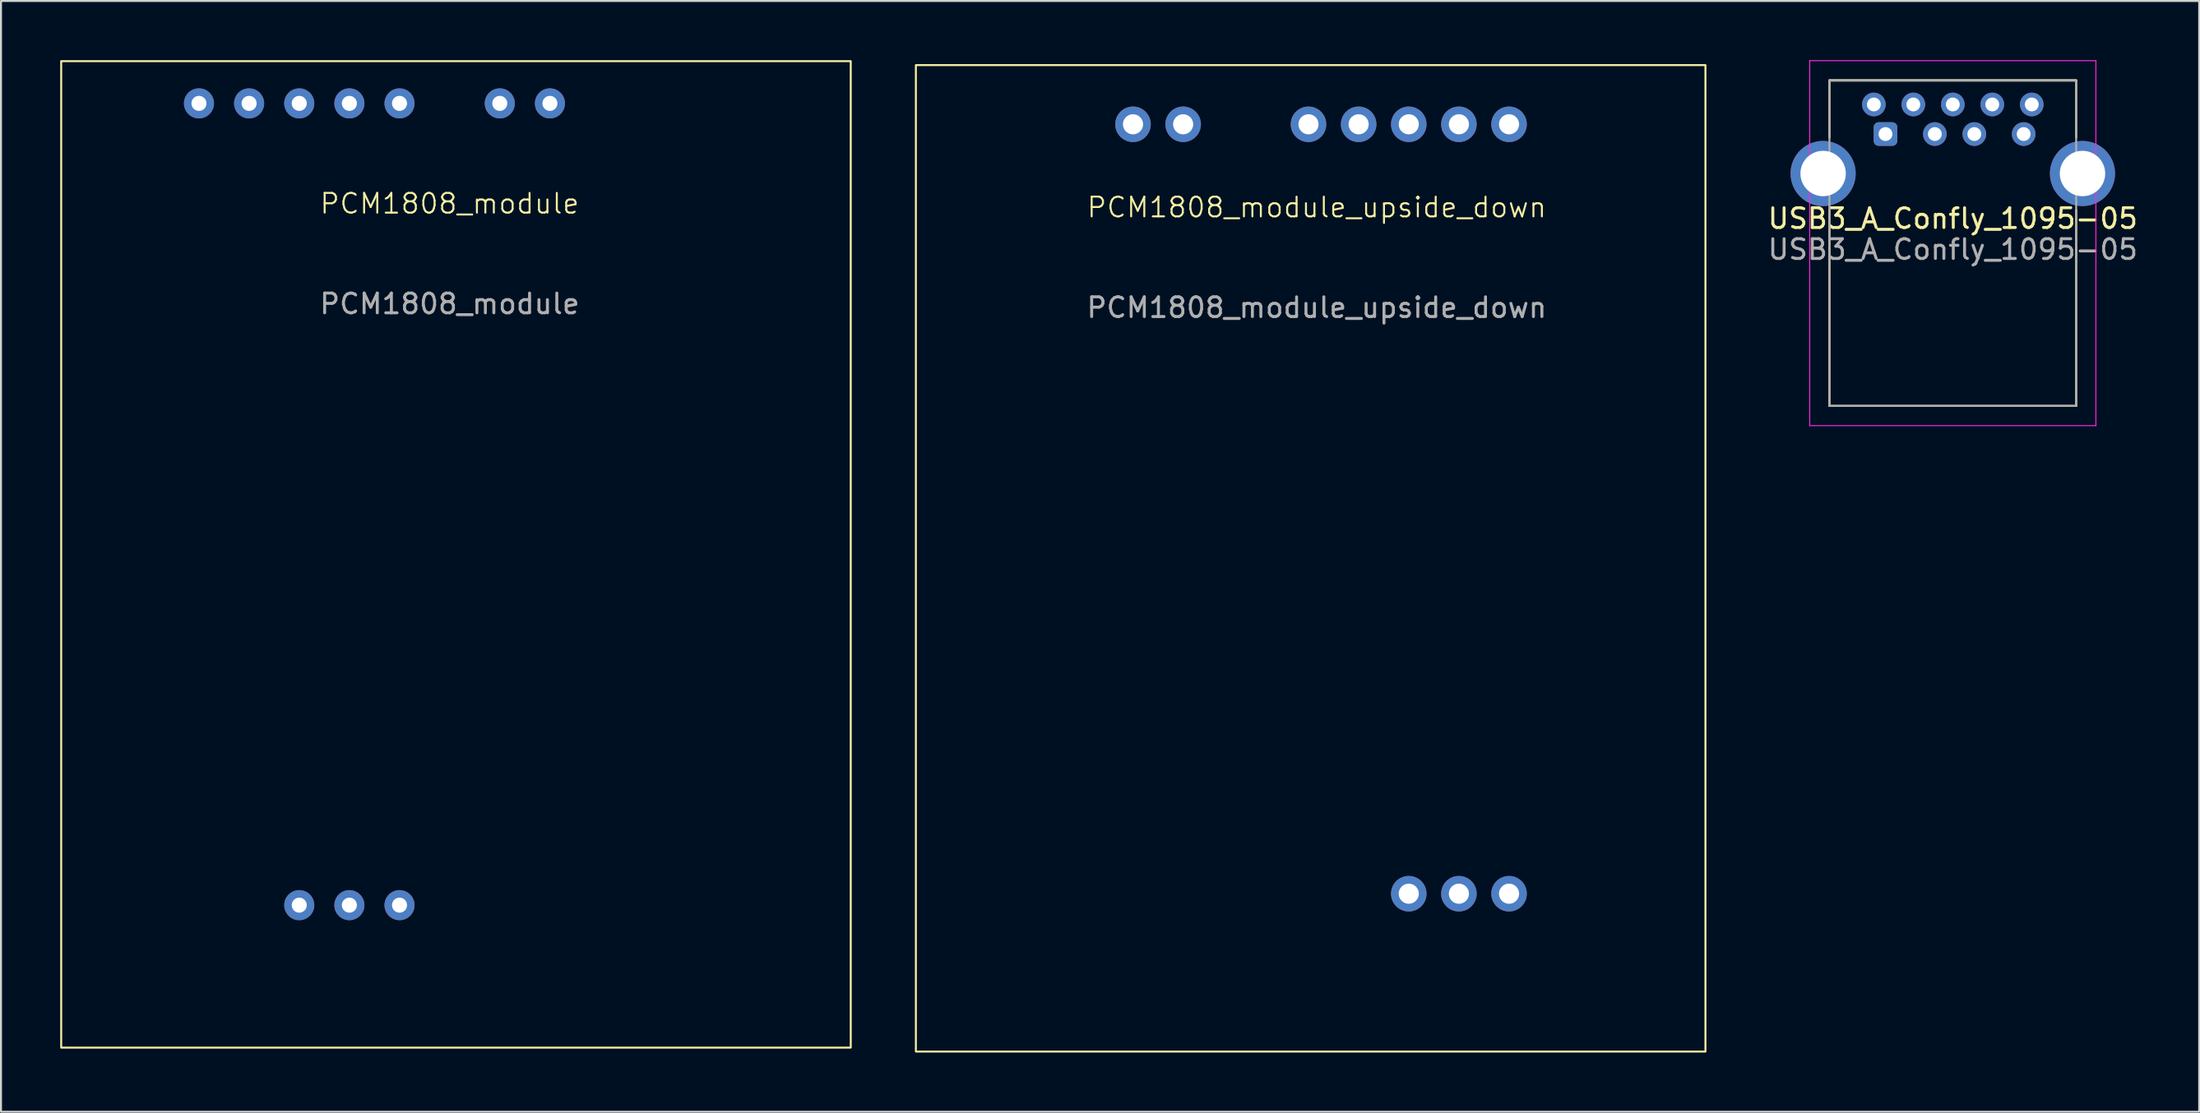
<source format=kicad_pcb>
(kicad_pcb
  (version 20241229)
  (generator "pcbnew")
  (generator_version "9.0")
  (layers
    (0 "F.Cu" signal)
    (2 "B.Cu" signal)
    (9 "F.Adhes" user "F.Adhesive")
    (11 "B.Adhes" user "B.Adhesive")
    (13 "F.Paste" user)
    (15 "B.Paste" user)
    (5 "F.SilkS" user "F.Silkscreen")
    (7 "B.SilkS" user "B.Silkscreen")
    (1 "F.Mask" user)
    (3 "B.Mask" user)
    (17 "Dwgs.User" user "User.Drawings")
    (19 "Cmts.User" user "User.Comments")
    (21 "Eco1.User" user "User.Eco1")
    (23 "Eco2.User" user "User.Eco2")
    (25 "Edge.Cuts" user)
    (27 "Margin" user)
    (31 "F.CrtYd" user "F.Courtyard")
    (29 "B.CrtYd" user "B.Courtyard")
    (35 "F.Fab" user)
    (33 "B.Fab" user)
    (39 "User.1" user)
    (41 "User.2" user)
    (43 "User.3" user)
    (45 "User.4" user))
  (footprint "USB3_A_Confly_1095-05"
    (layer "F.Cu")
    (at 89.312 5.745)
    (property "Reference" "USB3_A_Confly_1095-05" (at 6.57 2.28 0) (layer "F.SilkS") (effects (font (size 1 1) (thickness 0.15))))
    (attr through_hole)
    (fp_line (start 0.32 -4.72) (end 0.32 -1.83) (stroke (width 0.1) (type default)) (layer "F.SilkS"))
    (fp_line (start 0.32 1.85) (end 0.32 11.78) (stroke (width 0.1) (type default)) (layer "F.SilkS"))
    (fp_line (start 0.32 11.78) (end 12.82 11.78) (stroke (width 0.1) (type default)) (layer "F.SilkS"))
    (fp_line (start 0.33 -4.72) (end 12.81 -4.72) (stroke (width 0.12) (type solid)) (layer "F.SilkS"))
    (fp_line (start 12.82 -4.72) (end 12.82 -1.83) (stroke (width 0.1) (type default)) (layer "F.SilkS"))
    (fp_line (start 12.82 1.86) (end 12.82 11.78) (stroke (width 0.1) (type default)) (layer "F.SilkS"))
    (fp_line (start -0.68 -5.72) (end 13.82 -5.72) (stroke (width 0.05) (type solid)) (layer "F.CrtYd"))
    (fp_line (start -0.68 12.78) (end -0.68 -5.72) (stroke (width 0.05) (type solid)) (layer "F.CrtYd"))
    (fp_line (start 13.82 -5.72) (end 13.82 12.78) (stroke (width 0.05) (type solid)) (layer "F.CrtYd"))
    (fp_line (start 13.82 12.78) (end -0.68 12.78) (stroke (width 0.05) (type solid)) (layer "F.CrtYd"))
    (fp_line (start 0.32 -4.72) (end 12.82 -4.72) (stroke (width 0.1) (type solid)) (layer "F.Fab"))
    (fp_line (start 0.32 11.78) (end 0.32 -4.72) (stroke (width 0.1) (type solid)) (layer "F.Fab"))
    (fp_line (start 12.82 -4.72) (end 12.82 11.78) (stroke (width 0.1) (type solid)) (layer "F.Fab"))
    (fp_line (start 12.82 11.78) (end 0.32 11.78) (stroke (width 0.1) (type solid)) (layer "F.Fab"))
    (fp_text user "${REFERENCE}" (at 6.57 3.85 0) (layer "F.Fab") (effects (font (size 1 1) (thickness 0.15))))
    (pad "1" thru_hole roundrect (at 3.16 -2) (size 1.2 1.2) (drill 0.7) (layers "*.Cu" "*.Mask") (roundrect_rratio 0.208))
    (pad "2" thru_hole circle (at 5.66 -2) (size 1.2 1.2) (drill 0.7) (layers "*.Cu" "*.Mask"))
    (pad "3" thru_hole circle (at 7.66 -2) (size 1.2 1.2) (drill 0.7) (layers "*.Cu" "*.Mask"))
    (pad "4" thru_hole circle (at 10.16 -2) (size 1.2 1.2) (drill 0.7) (layers "*.Cu" "*.Mask"))
    (pad "5" thru_hole circle (at 10.57 -3.5) (size 1.2 1.2) (drill 0.7) (layers "*.Cu" "*.Mask"))
    (pad "6" thru_hole circle (at 8.57 -3.5) (size 1.2 1.2) (drill 0.7) (layers "*.Cu" "*.Mask"))
    (pad "7" thru_hole circle (at 6.57 -3.5) (size 1.2 1.2) (drill 0.7) (layers "*.Cu" "*.Mask"))
    (pad "8" thru_hole circle (at 4.57 -3.5) (size 1.2 1.2) (drill 0.7) (layers "*.Cu" "*.Mask"))
    (pad "9" thru_hole circle (at 2.57 -3.5) (size 1.2 1.2) (drill 0.7) (layers "*.Cu" "*.Mask"))
    (pad "10" thru_hole circle (at 0 0) (size 3.3 3.3) (drill 2.3) (layers "*.Cu" "*.Mask"))
    (pad "10" thru_hole circle (at 13.14 0) (size 3.3 3.3) (drill 2.3) (layers "*.Cu" "*.Mask")))
  (footprint "PCM1808_module_upside_down"
    (layer "F.Cu")
    (at 43.35 0.25)
    (property "Reference" "PCM1808_module_upside_down" (at 20.31 7.21 0) (unlocked yes) (layer "F.SilkS") (effects (font (size 1 1) (thickness 0.1))))
    (attr through_hole)
    (fp_rect (start 40 0) (end 0 50) (stroke (width 0.1) (type default)) (fill no) (layer "F.SilkS"))
    (fp_text user "${REFERENCE}" (at 20.31 12.29 0) (unlocked yes) (layer "F.Fab") (effects (font (size 1 1) (thickness 0.15))))
    (pad "1" thru_hole circle (at 30.05 3) (size 1.8 1.8) (drill 1.02) (layers "*.Cu" "*.Mask"))
    (pad "2" thru_hole circle (at 27.51 3) (size 1.8 1.8) (drill 1.02) (layers "*.Cu" "*.Mask"))
    (pad "3" thru_hole circle (at 24.97 3) (size 1.8 1.8) (drill 1.02) (layers "*.Cu" "*.Mask"))
    (pad "4" thru_hole circle (at 22.43 3) (size 1.8 1.8) (drill 1.02) (layers "*.Cu" "*.Mask"))
    (pad "5" thru_hole circle (at 19.89 3) (size 1.8 1.8) (drill 1.02) (layers "*.Cu" "*.Mask"))
    (pad "6" thru_hole circle (at 13.54 3) (size 1.8 1.8) (drill 1.02) (layers "*.Cu" "*.Mask"))
    (pad "7" thru_hole circle (at 11 3) (size 1.8 1.8) (drill 1.02) (layers "*.Cu" "*.Mask"))
    (pad "8" thru_hole circle (at 30.05 42) (size 1.8 1.8) (drill 1.02) (layers "*.Cu" "*.Mask"))
    (pad "9" thru_hole circle (at 27.51 42) (size 1.8 1.8) (drill 1.02) (layers "*.Cu" "*.Mask"))
    (pad "10" thru_hole circle (at 24.97 42) (size 1.8 1.8) (drill 1.02) (layers "*.Cu" "*.Mask")))
  (footprint "PCM1808_module"
    (layer "F.Cu")
    (at 19.73 2.19)
    (property "Reference" "PCM1808_module" (at 0 5.08 0) (unlocked yes) (layer "F.SilkS") (effects (font (size 1 1) (thickness 0.1))))
    (attr through_hole)
    (fp_rect (start -19.68 -2.14) (end 20.32 47.86) (stroke (width 0.1) (type default)) (fill no) (layer "F.SilkS"))
    (fp_text user "${REFERENCE}" (at 0 10.16 0) (unlocked yes) (layer "F.Fab") (effects (font (size 1 1) (thickness 0.15))))
    (pad "1" thru_hole circle (at -12.7 0) (size 1.524 1.524) (drill 0.762) (layers "*.Cu" "*.Mask"))
    (pad "2" thru_hole circle (at -10.16 0) (size 1.524 1.524) (drill 0.762) (layers "*.Cu" "*.Mask"))
    (pad "3" thru_hole circle (at -7.62 0) (size 1.524 1.524) (drill 0.762) (layers "*.Cu" "*.Mask"))
    (pad "4" thru_hole circle (at -5.08 0) (size 1.524 1.524) (drill 0.762) (layers "*.Cu" "*.Mask"))
    (pad "5" thru_hole circle (at -2.54 0) (size 1.524 1.524) (drill 0.762) (layers "*.Cu" "*.Mask"))
    (pad "6" thru_hole circle (at 2.54 0) (size 1.524 1.524) (drill 0.762) (layers "*.Cu" "*.Mask"))
    (pad "7" thru_hole circle (at 5.08 0) (size 1.524 1.524) (drill 0.762) (layers "*.Cu" "*.Mask"))
    (pad "8" thru_hole circle (at -7.62 40.64) (size 1.524 1.524) (drill 0.762) (layers "*.Cu" "*.Mask"))
    (pad "9" thru_hole circle (at -5.08 40.64) (size 1.524 1.524) (drill 0.762) (layers "*.Cu" "*.Mask"))
    (pad "10" thru_hole circle (at -2.54 40.64) (size 1.524 1.524) (drill 0.762) (layers "*.Cu" "*.Mask")))
  (gr_rect
    (start -3 -3)
    (end 108.364 53.3)
    (stroke (width 0.1) (type default))
    (fill no)
    (layer "Edge.Cuts")))
</source>
